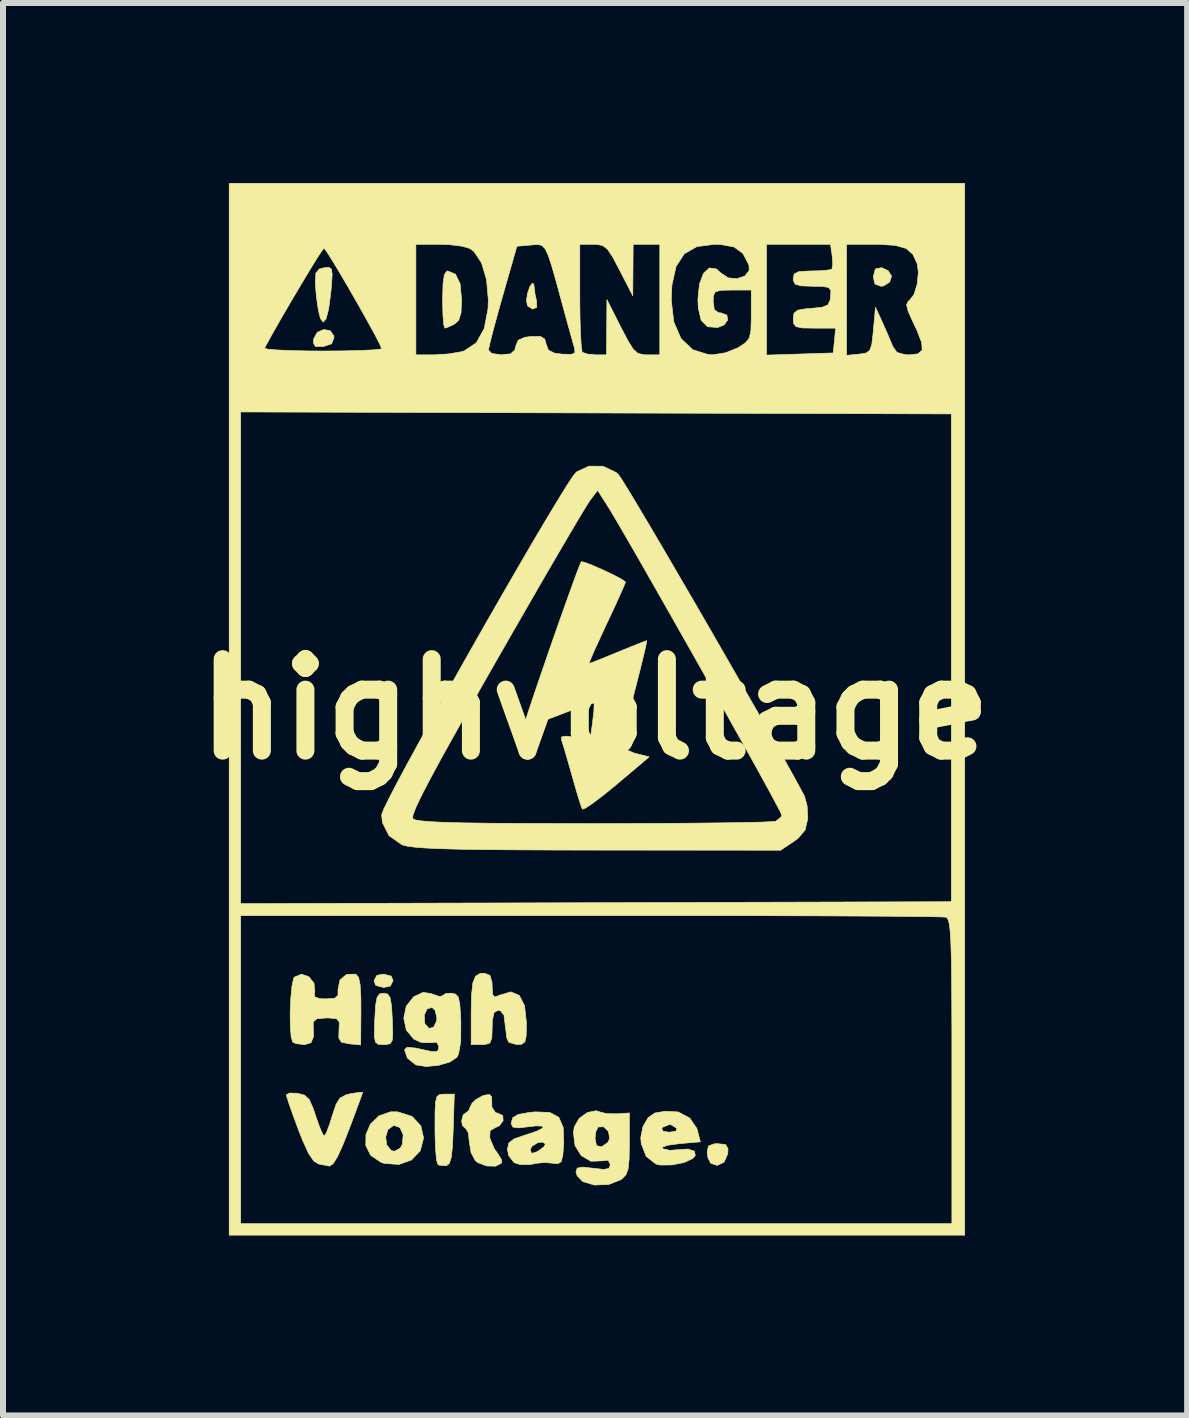
<source format=kicad_pcb>
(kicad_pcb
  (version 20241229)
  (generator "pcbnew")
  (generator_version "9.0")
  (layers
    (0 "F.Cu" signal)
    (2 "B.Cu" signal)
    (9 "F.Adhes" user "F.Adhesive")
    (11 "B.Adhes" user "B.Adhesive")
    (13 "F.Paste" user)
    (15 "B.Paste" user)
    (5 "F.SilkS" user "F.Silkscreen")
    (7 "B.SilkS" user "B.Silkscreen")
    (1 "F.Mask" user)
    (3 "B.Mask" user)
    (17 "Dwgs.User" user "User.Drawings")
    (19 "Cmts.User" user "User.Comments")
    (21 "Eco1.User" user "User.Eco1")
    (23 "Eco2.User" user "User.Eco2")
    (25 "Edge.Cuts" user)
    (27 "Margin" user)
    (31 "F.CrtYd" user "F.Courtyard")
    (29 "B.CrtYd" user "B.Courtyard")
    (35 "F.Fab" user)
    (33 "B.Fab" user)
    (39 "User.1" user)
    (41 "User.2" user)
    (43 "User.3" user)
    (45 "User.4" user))
  (footprint "highvoltage"
    (layer "F.Cu")
    (at 6.865 8.768)
    (property "Reference" "highvoltage" (at 0 0 0) (layer "F.SilkS") (effects (font (size 1.524 1.524) (thickness 0.3))))
    (attr through_hole)
    (fp_poly (pts (xy -3.396 4.447) (xy -3.365 4.524) (xy -3.413 4.614) (xy -3.524 4.636) (xy -3.653 4.602) (xy -3.683 4.524) (xy -3.635 4.434) (xy -3.524 4.413) (xy -3.396 4.447)) (stroke (width 0.01) (type solid)) (fill yes) (layer "F.SilkS"))
    (fp_poly (pts (xy 4.883 -7.308) (xy 4.941 -7.217) (xy 4.908 -7.116) (xy 4.805 -7.053) (xy 4.764 -7.048) (xy 4.664 -7.085) (xy 4.636 -7.207) (xy 4.671 -7.336) (xy 4.774 -7.358) (xy 4.883 -7.308)) (stroke (width 0.01) (type solid)) (fill yes) (layer "F.SilkS"))
    (fp_poly (pts (xy -4.413 -6.308) (xy -4.352 -6.22) (xy -4.35 -6.191) (xy -4.39 -6.089) (xy -4.528 -6.044) (xy -4.529 -6.044) (xy -4.656 -6.043) (xy -4.693 -6.101) (xy -4.688 -6.171) (xy -4.629 -6.28) (xy -4.521 -6.327) (xy -4.413 -6.308)) (stroke (width 0.01) (type solid)) (fill yes) (layer "F.SilkS"))
    (fp_poly (pts (xy -1.02 -7.083) (xy -1.016 -7.048) (xy -0.999 -6.911) (xy -0.976 -6.81) (xy -0.97 -6.698) (xy -1.04 -6.668) (xy -1.125 -6.721) (xy -1.142 -6.81) (xy -1.125 -6.93) (xy -1.088 -7.037) (xy -1.047 -7.098) (xy -1.02 -7.083)) (stroke (width 0.01) (type solid)) (fill yes) (layer "F.SilkS"))
    (fp_poly (pts (xy 2.176 7.254) (xy 2.216 7.324) (xy 2.211 7.408) (xy 2.15 7.547) (xy 2.035 7.601) (xy 1.929 7.566) (xy 1.882 7.476) (xy 1.868 7.382) (xy 1.889 7.278) (xy 1.984 7.241) (xy 2.047 7.239) (xy 2.176 7.254)) (stroke (width 0.01) (type solid)) (fill yes) (layer "F.SilkS"))
    (fp_poly (pts (xy -4.392 -7.334) (xy -4.38 -7.246) (xy -4.391 -7.072) (xy -4.402 -6.948) (xy -4.438 -6.675) (xy -4.481 -6.507) (xy -4.528 -6.45) (xy -4.575 -6.509) (xy -4.609 -6.643) (xy -4.643 -6.874) (xy -4.661 -7.099) (xy -4.661 -7.112) (xy -4.652 -7.266) (xy -4.595 -7.336) (xy -4.515 -7.356) (xy -4.435 -7.362) (xy -4.392 -7.334)) (stroke (width 0.01) (type solid)) (fill yes) (layer "F.SilkS"))
    (fp_poly (pts (xy -2.326 -7.25) (xy -2.248 -7.089) (xy -2.223 -6.816) (xy -2.223 -6.816) (xy -2.233 -6.603) (xy -2.272 -6.481) (xy -2.345 -6.416) (xy -2.459 -6.363) (xy -2.504 -6.35) (xy -2.521 -6.408) (xy -2.534 -6.563) (xy -2.54 -6.782) (xy -2.54 -6.826) (xy -2.533 -7.089) (xy -2.511 -7.241) (xy -2.47 -7.3) (xy -2.457 -7.303) (xy -2.326 -7.25)) (stroke (width 0.01) (type solid)) (fill yes) (layer "F.SilkS"))
    (fp_poly (pts (xy -3.456 4.745) (xy -3.415 4.805) (xy -3.392 4.938) (xy -3.378 5.159) (xy -3.371 5.386) (xy -3.378 5.514) (xy -3.412 5.572) (xy -3.48 5.587) (xy -3.524 5.588) (xy -3.611 5.583) (xy -3.659 5.547) (xy -3.677 5.455) (xy -3.675 5.276) (xy -3.67 5.159) (xy -3.656 4.93) (xy -3.632 4.801) (xy -3.59 4.743) (xy -3.524 4.731) (xy -3.456 4.745)) (stroke (width 0.01) (type solid)) (fill yes) (layer "F.SilkS"))
    (fp_poly (pts (xy -2.363 7) (xy -2.376 7.287) (xy -2.396 7.469) (xy -2.428 7.568) (xy -2.476 7.605) (xy -2.48 7.606) (xy -2.593 7.598) (xy -2.622 7.58) (xy -2.642 7.5) (xy -2.658 7.325) (xy -2.666 7.087) (xy -2.667 6.974) (xy -2.666 6.707) (xy -2.657 6.542) (xy -2.634 6.454) (xy -2.59 6.42) (xy -2.517 6.414) (xy -2.506 6.413) (xy -2.345 6.413) (xy -2.363 7)) (stroke (width 0.01) (type solid)) (fill yes) (layer "F.SilkS"))
    (fp_poly (pts (xy -3.289 6.708) (xy -3.05 6.784) (xy -2.903 6.941) (xy -2.857 7.144) (xy -2.912 7.357) (xy -3.058 7.51) (xy -3.266 7.585) (xy -3.51 7.568) (xy -3.567 7.549) (xy -3.739 7.433) (xy -3.82 7.269) (xy -3.818 7.129) (xy -3.489 7.129) (xy -3.47 7.261) (xy -3.398 7.352) (xy -3.34 7.366) (xy -3.246 7.313) (xy -3.21 7.248) (xy -3.197 7.09) (xy -3.251 6.971) (xy -3.351 6.934) (xy -3.357 6.935) (xy -3.452 7.004) (xy -3.489 7.129) (xy -3.818 7.129) (xy -3.817 7.086) (xy -3.742 6.912) (xy -3.603 6.777) (xy -3.409 6.708) (xy -3.289 6.708)) (stroke (width 0.01) (type solid)) (fill yes) (layer "F.SilkS"))
    (fp_poly (pts (xy -1.722 6.46) (xy -1.722 6.461) (xy -1.719 6.628) (xy -1.658 6.722) (xy -1.619 6.731) (xy -1.537 6.77) (xy -1.532 6.857) (xy -1.596 6.941) (xy -1.656 6.968) (xy -1.749 7.021) (xy -1.754 7.135) (xy -1.748 7.16) (xy -1.68 7.321) (xy -1.616 7.411) (xy -1.555 7.51) (xy -1.559 7.562) (xy -1.656 7.614) (xy -1.806 7.61) (xy -1.952 7.555) (xy -1.996 7.52) (xy -2.065 7.39) (xy -2.095 7.211) (xy -2.095 7.203) (xy -2.112 7.058) (xy -2.152 6.986) (xy -2.159 6.985) (xy -2.211 6.932) (xy -2.223 6.858) (xy -2.196 6.755) (xy -2.159 6.731) (xy -2.099 6.682) (xy -2.095 6.659) (xy -2.05 6.566) (xy -1.984 6.502) (xy -1.86 6.434) (xy -1.758 6.418) (xy -1.722 6.46)) (stroke (width 0.01) (type solid)) (fill yes) (layer "F.SilkS"))
    (fp_poly (pts (xy -1.751 4.436) (xy -1.717 4.549) (xy -1.714 4.619) (xy -1.706 4.758) (xy -1.667 4.795) (xy -1.592 4.765) (xy -1.402 4.709) (xy -1.262 4.768) (xy -1.175 4.939) (xy -1.143 5.221) (xy -1.143 5.243) (xy -1.147 5.442) (xy -1.17 5.544) (xy -1.224 5.583) (xy -1.302 5.588) (xy -1.437 5.55) (xy -1.471 5.477) (xy -1.489 5.322) (xy -1.496 5.271) (xy -1.514 5.13) (xy -1.517 5.096) (xy -1.575 5.025) (xy -1.619 5.016) (xy -1.682 5.054) (xy -1.711 5.181) (xy -1.714 5.302) (xy -1.72 5.478) (xy -1.752 5.561) (xy -1.831 5.586) (xy -1.889 5.588) (xy -2.064 5.588) (xy -2.064 5.064) (xy -2.058 4.759) (xy -2.036 4.56) (xy -1.991 4.448) (xy -1.916 4.402) (xy -1.84 4.399) (xy -1.751 4.436)) (stroke (width 0.01) (type solid)) (fill yes) (layer "F.SilkS"))
    (fp_poly (pts (xy -3.873 6.384) (xy -3.894 6.448) (xy -3.95 6.602) (xy -4.031 6.819) (xy -4.073 6.932) (xy -4.197 7.249) (xy -4.292 7.458) (xy -4.366 7.575) (xy -4.425 7.612) (xy -4.437 7.611) (xy -4.526 7.593) (xy -4.607 7.577) (xy -4.687 7.528) (xy -4.773 7.402) (xy -4.874 7.18) (xy -4.94 7.013) (xy -5.03 6.769) (xy -5.1 6.571) (xy -5.139 6.447) (xy -5.144 6.423) (xy -5.089 6.395) (xy -4.958 6.399) (xy -4.954 6.4) (xy -4.839 6.431) (xy -4.761 6.505) (xy -4.695 6.655) (xy -4.657 6.77) (xy -4.592 6.956) (xy -4.538 7.08) (xy -4.512 7.112) (xy -4.476 7.056) (xy -4.422 6.913) (xy -4.381 6.781) (xy -4.316 6.585) (xy -4.249 6.478) (xy -4.149 6.425) (xy -4.08 6.408) (xy -3.941 6.385) (xy -3.874 6.383) (xy -3.873 6.384)) (stroke (width 0.01) (type solid)) (fill yes) (layer "F.SilkS"))
    (fp_poly (pts (xy 1.386 6.71) (xy 1.578 6.812) (xy 1.695 6.982) (xy 1.703 7.007) (xy 1.755 7.207) (xy 1.401 7.239) (xy 1.208 7.265) (xy 1.12 7.298) (xy 1.129 7.323) (xy 1.247 7.35) (xy 1.383 7.339) (xy 1.55 7.328) (xy 1.654 7.364) (xy 1.671 7.433) (xy 1.628 7.486) (xy 1.483 7.553) (xy 1.281 7.593) (xy 1.088 7.595) (xy 1.016 7.579) (xy 0.852 7.451) (xy 0.77 7.239) (xy 0.762 7.136) (xy 0.792 6.985) (xy 1.111 6.985) (xy 1.134 7.032) (xy 1.238 7.048) (xy 1.349 7.029) (xy 1.365 6.985) (xy 1.273 6.926) (xy 1.238 6.921) (xy 1.132 6.962) (xy 1.111 6.985) (xy 0.792 6.985) (xy 0.797 6.956) (xy 0.885 6.804) (xy 0.996 6.728) (xy 1.005 6.726) (xy 1.098 6.711) (xy 1.164 6.699) (xy 1.386 6.71)) (stroke (width 0.01) (type solid)) (fill yes) (layer "F.SilkS"))
    (fp_poly (pts (xy -0.754 6.718) (xy -0.603 6.8) (xy -0.53 6.97) (xy -0.521 7.229) (xy -0.537 7.433) (xy -0.564 7.538) (xy -0.616 7.572) (xy -0.667 7.569) (xy -0.832 7.552) (xy -0.979 7.566) (xy -1.079 7.586) (xy -1.246 7.588) (xy -1.349 7.554) (xy -1.437 7.442) (xy -1.458 7.344) (xy -1.079 7.344) (xy -1.056 7.401) (xy -0.964 7.372) (xy -0.953 7.366) (xy -0.852 7.291) (xy -0.826 7.243) (xy -0.876 7.212) (xy -0.953 7.221) (xy -1.056 7.285) (xy -1.079 7.344) (xy -1.458 7.344) (xy -1.46 7.334) (xy -1.438 7.229) (xy -1.348 7.158) (xy -1.191 7.104) (xy -0.979 7.034) (xy -0.871 6.979) (xy -0.871 6.946) (xy -0.984 6.942) (xy -1.095 6.955) (xy -1.279 6.976) (xy -1.369 6.962) (xy -1.397 6.909) (xy -1.397 6.895) (xy -1.372 6.806) (xy -1.279 6.751) (xy -1.093 6.718) (xy -0.996 6.709) (xy -0.754 6.718)) (stroke (width 0.01) (type solid)) (fill yes) (layer "F.SilkS"))
    (fp_poly (pts (xy -3.985 4.416) (xy -3.94 4.467) (xy -3.914 4.593) (xy -3.902 4.812) (xy -3.901 5.021) (xy -3.905 5.593) (xy -4.096 5.575) (xy -4.225 5.549) (xy -4.27 5.478) (xy -4.266 5.35) (xy -4.261 5.214) (xy -4.307 5.156) (xy -4.439 5.144) (xy -4.476 5.144) (xy -4.633 5.157) (xy -4.693 5.207) (xy -4.696 5.255) (xy -4.69 5.454) (xy -4.733 5.557) (xy -4.836 5.588) (xy -4.847 5.588) (xy -4.981 5.572) (xy -5.038 5.546) (xy -5.064 5.455) (xy -5.078 5.278) (xy -5.08 5.053) (xy -5.07 4.82) (xy -5.051 4.618) (xy -5.023 4.487) (xy -5.009 4.463) (xy -4.891 4.414) (xy -4.769 4.457) (xy -4.683 4.563) (xy -4.669 4.702) (xy -4.673 4.715) (xy -4.674 4.79) (xy -4.595 4.822) (xy -4.487 4.826) (xy -4.339 4.816) (xy -4.283 4.767) (xy -4.283 4.665) (xy -4.25 4.512) (xy -4.139 4.417) (xy -3.991 4.414) (xy -3.985 4.416)) (stroke (width 0.01) (type solid)) (fill yes) (layer "F.SilkS"))
    (fp_poly (pts (xy 0.082 6.711) (xy 0.192 6.738) (xy 0.357 6.741) (xy 0.363 6.741) (xy 0.572 6.727) (xy 0.572 7.233) (xy 0.568 7.492) (xy 0.552 7.656) (xy 0.516 7.755) (xy 0.453 7.822) (xy 0.43 7.839) (xy 0.227 7.919) (xy -0.012 7.928) (xy -0.206 7.869) (xy -0.299 7.771) (xy -0.318 7.705) (xy -0.296 7.646) (xy -0.21 7.629) (xy -0.032 7.648) (xy 0.146 7.668) (xy 0.231 7.651) (xy 0.254 7.593) (xy 0.254 7.588) (xy 0.22 7.515) (xy 0.127 7.525) (xy -0.069 7.532) (xy -0.23 7.438) (xy -0.334 7.269) (xy -0.348 7.152) (xy 0 7.152) (xy 0.024 7.271) (xy 0.109 7.291) (xy 0.11 7.291) (xy 0.214 7.218) (xy 0.244 7.151) (xy 0.223 7.033) (xy 0.142 6.957) (xy 0.051 6.961) (xy 0.012 7.042) (xy 0 7.152) (xy -0.348 7.152) (xy -0.36 7.051) (xy -0.345 6.958) (xy -0.263 6.816) (xy -0.125 6.718) (xy 0.021 6.69) (xy 0.082 6.711)) (stroke (width 0.01) (type solid)) (fill yes) (layer "F.SilkS"))
    (fp_poly (pts (xy -2.728 4.738) (xy -2.696 4.752) (xy -2.583 4.788) (xy -2.54 4.772) (xy -2.487 4.736) (xy -2.397 4.731) (xy -2.324 4.746) (xy -2.279 4.796) (xy -2.254 4.909) (xy -2.24 5.111) (xy -2.236 5.213) (xy -2.238 5.537) (xy -2.274 5.743) (xy -2.302 5.799) (xy -2.421 5.879) (xy -2.611 5.934) (xy -2.817 5.953) (xy -2.984 5.926) (xy -2.985 5.926) (xy -3.126 5.814) (xy -3.174 5.674) (xy -3.132 5.633) (xy -2.993 5.645) (xy -2.937 5.657) (xy -2.745 5.699) (xy -2.646 5.706) (xy -2.609 5.676) (xy -2.603 5.615) (xy -2.639 5.547) (xy -2.734 5.557) (xy -2.894 5.553) (xy -3.019 5.497) (xy -3.144 5.347) (xy -3.187 5.149) (xy -3.176 5.095) (xy -2.845 5.095) (xy -2.838 5.23) (xy -2.833 5.244) (xy -2.765 5.319) (xy -2.688 5.296) (xy -2.639 5.191) (xy -2.635 5.144) (xy -2.665 5.018) (xy -2.715 4.969) (xy -2.798 4.993) (xy -2.845 5.095) (xy -3.176 5.095) (xy -3.147 4.949) (xy -3.025 4.794) (xy -3.014 4.787) (xy -2.866 4.718) (xy -2.728 4.738)) (stroke (width 0.01) (type solid)) (fill yes) (layer "F.SilkS"))
    (fp_poly (pts (xy -0.166 -2.446) (xy -0.028 -2.392) (xy 0.146 -2.315) (xy 0.319 -2.232) (xy 0.452 -2.161) (xy 0.508 -2.12) (xy 0.508 -2.12) (xy 0.482 -2.054) (xy 0.413 -1.897) (xy 0.311 -1.673) (xy 0.195 -1.426) (xy 0.074 -1.165) (xy -0.023 -0.953) (xy -0.083 -0.811) (xy -0.1 -0.762) (xy -0.036 -0.784) (xy 0.115 -0.844) (xy 0.324 -0.929) (xy 0.381 -0.953) (xy 0.6 -1.042) (xy 0.768 -1.109) (xy 0.855 -1.142) (xy 0.861 -1.143) (xy 0.852 -1.085) (xy 0.817 -0.927) (xy 0.759 -0.691) (xy 0.685 -0.398) (xy 0.661 -0.306) (xy 0.582 0.006) (xy 0.515 0.277) (xy 0.468 0.481) (xy 0.445 0.593) (xy 0.445 0.604) (xy 0.5 0.665) (xy 0.636 0.724) (xy 0.673 0.735) (xy 0.902 0.794) (xy 0.358 1.253) (xy 0.14 1.431) (xy -0.042 1.569) (xy -0.166 1.651) (xy -0.212 1.665) (xy -0.241 1.586) (xy -0.294 1.417) (xy -0.36 1.19) (xy -0.381 1.114) (xy -0.451 0.868) (xy -0.511 0.662) (xy -0.551 0.534) (xy -0.557 0.517) (xy -0.558 0.461) (xy -0.482 0.448) (xy -0.337 0.466) (xy -0.081 0.507) (xy -0.04 0.211) (xy -0.02 0.033) (xy -0.015 -0.083) (xy -0.02 -0.104) (xy -0.083 -0.091) (xy -0.238 -0.04) (xy -0.457 0.041) (xy -0.602 0.097) (xy -0.846 0.189) (xy -1.042 0.258) (xy -1.162 0.293) (xy -1.187 0.294) (xy -1.172 0.233) (xy -1.122 0.072) (xy -1.043 -0.167) (xy -0.942 -0.464) (xy -0.827 -0.798) (xy -0.706 -1.149) (xy -0.584 -1.496) (xy -0.469 -1.819) (xy -0.369 -2.096) (xy -0.291 -2.309) (xy -0.241 -2.434) (xy -0.228 -2.46) (xy -0.166 -2.446)) (stroke (width 0.01) (type solid)) (fill yes) (layer "F.SilkS"))
    (fp_poly (pts (xy 0.135 -4.049) (xy 0.348 -3.947) (xy 0.388 -3.912) (xy 0.441 -3.836) (xy 0.549 -3.663) (xy 0.704 -3.406) (xy 0.898 -3.079) (xy 1.125 -2.694) (xy 1.375 -2.265) (xy 1.643 -1.806) (xy 1.919 -1.329) (xy 2.196 -0.848) (xy 2.466 -0.377) (xy 2.723 0.072) (xy 2.957 0.486) (xy 3.162 0.85) (xy 3.33 1.152) (xy 3.452 1.378) (xy 3.489 1.447) (xy 3.534 1.61) (xy 3.545 1.811) (xy 3.544 1.826) (xy 3.501 2.011) (xy 3.387 2.147) (xy 3.308 2.205) (xy 3.093 2.349) (xy 0.038 2.347) (xy -0.695 2.346) (xy -1.312 2.343) (xy -1.822 2.339) (xy -2.235 2.333) (xy -2.562 2.324) (xy -2.812 2.313) (xy -2.995 2.299) (xy -3.122 2.283) (xy -3.203 2.263) (xy -3.218 2.257) (xy -3.434 2.106) (xy -3.543 1.888) (xy -3.55 1.819) (xy -3.039 1.819) (xy -3.036 1.824) (xy -2.994 1.844) (xy -2.898 1.86) (xy -2.737 1.874) (xy -2.504 1.885) (xy -2.188 1.893) (xy -1.781 1.899) (xy -1.274 1.902) (xy -0.656 1.904) (xy -0.029 1.905) (xy 0.573 1.904) (xy 1.137 1.902) (xy 1.651 1.898) (xy 2.103 1.893) (xy 2.477 1.887) (xy 2.763 1.881) (xy 2.945 1.873) (xy 3.011 1.866) (xy 3.098 1.799) (xy 3.111 1.762) (xy 3.081 1.696) (xy 2.995 1.534) (xy 2.862 1.288) (xy 2.688 0.972) (xy 2.481 0.6) (xy 2.248 0.184) (xy 1.998 -0.262) (xy 1.738 -0.725) (xy 1.474 -1.191) (xy 1.216 -1.646) (xy 0.97 -2.078) (xy 0.744 -2.474) (xy 0.545 -2.819) (xy 0.382 -3.1) (xy 0.261 -3.304) (xy 0.204 -3.396) (xy 0.043 -3.648) (xy -0.09 -3.472) (xy -0.148 -3.381) (xy -0.262 -3.192) (xy -0.425 -2.917) (xy -0.63 -2.567) (xy -0.87 -2.155) (xy -1.137 -1.692) (xy -1.425 -1.191) (xy -1.663 -0.776) (xy -2.025 -0.141) (xy -2.325 0.392) (xy -2.568 0.829) (xy -2.756 1.177) (xy -2.894 1.444) (xy -2.985 1.635) (xy -3.032 1.758) (xy -3.039 1.819) (xy -3.55 1.819) (xy -3.556 1.76) (xy -3.525 1.674) (xy -3.437 1.493) (xy -3.3 1.228) (xy -3.12 0.893) (xy -2.905 0.5) (xy -2.663 0.062) (xy -2.401 -0.406) (xy -2.127 -0.893) (xy -1.847 -1.386) (xy -1.569 -1.87) (xy -1.301 -2.334) (xy -1.05 -2.765) (xy -0.823 -3.148) (xy -0.628 -3.472) (xy -0.472 -3.724) (xy -0.363 -3.889) (xy -0.311 -3.953) (xy -0.101 -4.051) (xy 0.135 -4.049)) (stroke (width 0.01) (type solid)) (fill yes) (layer "F.SilkS"))
    (fp_poly (pts (xy 6.16 8.763) (xy -6.096 8.763) (xy -6.096 3.44) (xy -5.905 3.44) (xy -5.905 8.572) (xy 5.946 8.572) (xy 5.946 6.033) (xy 5.946 5.393) (xy 5.944 4.868) (xy 5.941 4.448) (xy 5.936 4.12) (xy 5.928 3.874) (xy 5.917 3.697) (xy 5.903 3.58) (xy 5.885 3.509) (xy 5.863 3.474) (xy 5.846 3.465) (xy 5.77 3.46) (xy 5.575 3.456) (xy 5.271 3.453) (xy 4.868 3.449) (xy 4.374 3.446) (xy 3.798 3.443) (xy 3.15 3.441) (xy 2.439 3.439) (xy 1.673 3.438) (xy 0.862 3.438) (xy 0.014 3.438) (xy -0.079 3.438) (xy -5.905 3.44) (xy -6.096 3.44) (xy -6.096 3.239) (xy -5.905 3.239) (xy 5.937 3.207) (xy 5.937 -4.921) (xy 0.016 -4.937) (xy -5.905 -4.954) (xy -5.905 3.239) (xy -6.096 3.239) (xy -6.096 -6.017) (xy -5.507 -6.017) (xy -5.456 -6) (xy -5.299 -5.987) (xy -5.056 -5.976) (xy -4.749 -5.97) (xy -4.544 -5.969) (xy -4.206 -5.971) (xy -3.918 -5.978) (xy -3.701 -5.988) (xy -3.577 -6.001) (xy -3.556 -6.009) (xy -3.586 -6.081) (xy -3.666 -6.237) (xy -3.783 -6.451) (xy -3.924 -6.702) (xy -4.075 -6.966) (xy -4.223 -7.219) (xy -4.353 -7.437) (xy -4.454 -7.598) (xy -4.51 -7.678) (xy -4.517 -7.682) (xy -4.557 -7.631) (xy -4.647 -7.492) (xy -4.773 -7.286) (xy -4.923 -7.036) (xy -5.084 -6.764) (xy -5.242 -6.492) (xy -5.384 -6.242) (xy -5.497 -6.036) (xy -5.507 -6.017) (xy -6.096 -6.017) (xy -6.096 -7.747) (xy -2.985 -7.747) (xy -2.985 -5.905) (xy -2.676 -5.905) (xy -2.445 -5.92) (xy -2.232 -5.956) (xy -2.174 -5.973) (xy -2.157 -5.985) (xy -1.776 -5.985) (xy -1.72 -5.928) (xy -1.566 -5.906) (xy -1.56 -5.905) (xy -1.406 -5.922) (xy -1.337 -5.986) (xy -1.322 -6.048) (xy -1.281 -6.149) (xy -1.17 -6.198) (xy -1.069 -6.211) (xy -0.911 -6.213) (xy -0.839 -6.17) (xy -0.815 -6.084) (xy -0.776 -5.983) (xy -0.673 -5.933) (xy -0.55 -5.917) (xy -0.394 -5.912) (xy -0.334 -5.941) (xy -0.341 -6.012) (xy -0.372 -6.122) (xy -0.427 -6.32) (xy -0.497 -6.574) (xy -0.54 -6.731) (xy -0.642 -7.107) (xy -0.719 -7.377) (xy -0.778 -7.559) (xy -0.83 -7.67) (xy -0.882 -7.725) (xy -0.943 -7.743) (xy -1.023 -7.739) (xy -1.07 -7.735) (xy -1.302 -7.715) (xy -1.538 -6.89) (xy -1.625 -6.58) (xy -1.698 -6.311) (xy -1.75 -6.107) (xy -1.775 -5.995) (xy -1.776 -5.985) (xy -2.157 -5.985) (xy -1.978 -6.107) (xy -1.847 -6.343) (xy -1.783 -6.673) (xy -1.778 -6.822) (xy -1.808 -7.159) (xy -1.89 -7.435) (xy -2.016 -7.626) (xy -2.086 -7.678) (xy -2.218 -7.716) (xy -2.425 -7.741) (xy -2.599 -7.747) (xy -0.254 -7.747) (xy -0.254 -6.869) (xy -0.251 -6.547) (xy -0.243 -6.271) (xy -0.231 -6.067) (xy -0.216 -5.958) (xy -0.212 -5.948) (xy -0.123 -5.917) (xy 0.011 -5.905) (xy 0.191 -5.905) (xy 0.198 -6.826) (xy 0.43 -6.366) (xy 0.55 -6.137) (xy 0.637 -6) (xy 0.714 -5.931) (xy 0.805 -5.908) (xy 0.871 -5.905) (xy 1.079 -5.905) (xy 1.079 -6.819) (xy 1.27 -6.819) (xy 1.312 -6.455) (xy 1.433 -6.176) (xy 1.627 -5.992) (xy 1.889 -5.909) (xy 1.967 -5.906) (xy 2.178 -5.941) (xy 2.386 -6.025) (xy 2.397 -6.032) (xy 2.508 -6.107) (xy 2.57 -6.186) (xy 2.597 -6.308) (xy 2.603 -6.509) (xy 2.603 -6.571) (xy 2.603 -6.985) (xy 2.286 -6.985) (xy 2.098 -6.981) (xy 2.004 -6.955) (xy 1.972 -6.889) (xy 1.968 -6.795) (xy 1.988 -6.656) (xy 2.062 -6.606) (xy 2.1 -6.604) (xy 2.197 -6.568) (xy 2.211 -6.487) (xy 2.15 -6.404) (xy 2.044 -6.361) (xy 1.874 -6.374) (xy 1.769 -6.479) (xy 1.72 -6.686) (xy 1.714 -6.829) (xy 1.74 -7.084) (xy 1.807 -7.263) (xy 1.905 -7.353) (xy 2.021 -7.337) (xy 2.095 -7.271) (xy 2.22 -7.188) (xy 2.366 -7.174) (xy 2.496 -7.219) (xy 2.569 -7.311) (xy 2.564 -7.403) (xy 2.464 -7.595) (xy 2.316 -7.703) (xy 2.088 -7.745) (xy 1.99 -7.747) (xy 2.857 -7.747) (xy 2.857 -5.901) (xy 3.969 -5.937) (xy 4.009 -6.35) (xy 3.655 -6.35) (xy 3.454 -6.354) (xy 3.348 -6.376) (xy 3.308 -6.428) (xy 3.302 -6.505) (xy 3.315 -6.6) (xy 3.377 -6.65) (xy 3.519 -6.674) (xy 3.604 -6.68) (xy 3.788 -6.699) (xy 3.88 -6.738) (xy 3.918 -6.82) (xy 3.925 -6.874) (xy 3.93 -6.977) (xy 3.893 -7.028) (xy 3.784 -7.046) (xy 3.624 -7.048) (xy 3.432 -7.055) (xy 3.335 -7.083) (xy 3.304 -7.144) (xy 3.302 -7.176) (xy 3.319 -7.253) (xy 3.392 -7.291) (xy 3.553 -7.302) (xy 3.609 -7.303) (xy 3.794 -7.308) (xy 3.92 -7.324) (xy 3.947 -7.334) (xy 3.961 -7.412) (xy 3.951 -7.556) (xy 3.923 -7.747) (xy 4.191 -7.747) (xy 4.191 -5.897) (xy 4.397 -5.917) (xy 4.512 -5.934) (xy 4.577 -5.978) (xy 4.612 -6.08) (xy 4.634 -6.271) (xy 4.638 -6.318) (xy 4.673 -6.699) (xy 4.789 -6.445) (xy 4.875 -6.251) (xy 4.946 -6.082) (xy 4.959 -6.048) (xy 5.031 -5.946) (xy 5.168 -5.908) (xy 5.237 -5.905) (xy 5.381 -5.922) (xy 5.45 -5.983) (xy 5.444 -6.106) (xy 5.366 -6.309) (xy 5.302 -6.444) (xy 5.217 -6.631) (xy 5.191 -6.739) (xy 5.218 -6.797) (xy 5.238 -6.811) (xy 5.316 -6.913) (xy 5.369 -7.089) (xy 5.387 -7.285) (xy 5.368 -7.424) (xy 5.296 -7.58) (xy 5.184 -7.678) (xy 5.005 -7.729) (xy 4.732 -7.747) (xy 4.663 -7.747) (xy 4.191 -7.747) (xy 3.923 -7.747) (xy 2.857 -7.747) (xy 1.99 -7.747) (xy 1.698 -7.709) (xy 1.487 -7.589) (xy 1.35 -7.378) (xy 1.281 -7.068) (xy 1.27 -6.819) (xy 1.079 -6.819) (xy 1.079 -7.747) (xy 0.635 -7.747) (xy 0.632 -7.318) (xy 0.629 -6.89) (xy 0.409 -7.318) (xy 0.293 -7.537) (xy 0.207 -7.665) (xy 0.127 -7.727) (xy 0.028 -7.746) (xy -0.033 -7.747) (xy -0.254 -7.747) (xy -2.599 -7.747) (xy -2.985 -7.747) (xy -6.096 -7.747) (xy -6.096 -8.763) (xy 6.16 -8.763) (xy 6.16 8.763)) (stroke (width 0.01) (type solid)) (fill yes) (layer "F.SilkS")))
  (gr_rect
    (start -3 -3)
    (end 16.731 20.536)
    (stroke (width 0.1) (type default))
    (fill no)
    (layer "Edge.Cuts")))
</source>
